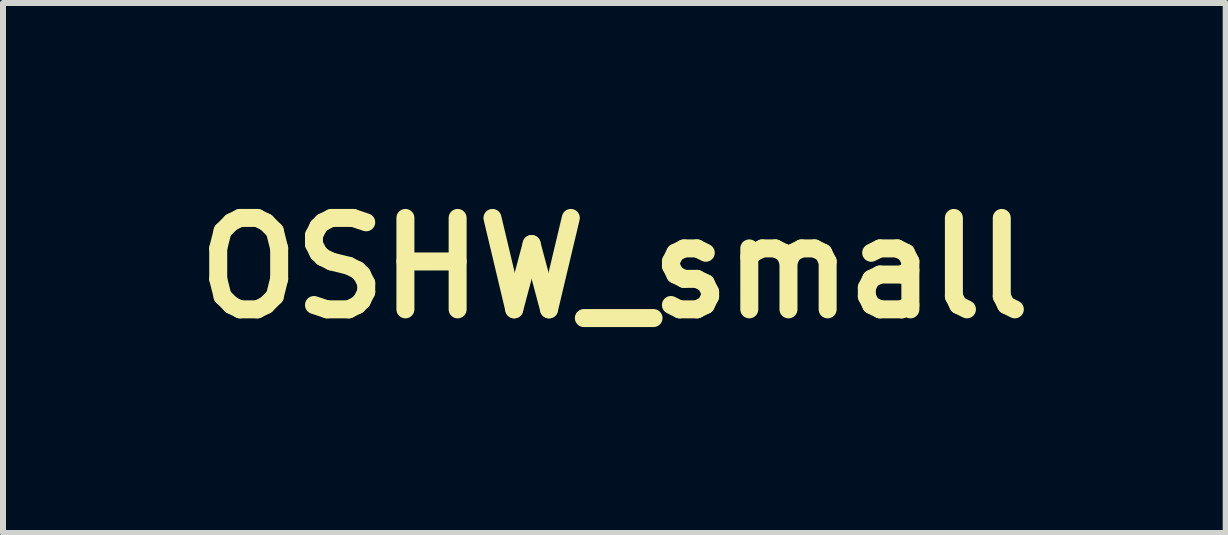
<source format=kicad_pcb>
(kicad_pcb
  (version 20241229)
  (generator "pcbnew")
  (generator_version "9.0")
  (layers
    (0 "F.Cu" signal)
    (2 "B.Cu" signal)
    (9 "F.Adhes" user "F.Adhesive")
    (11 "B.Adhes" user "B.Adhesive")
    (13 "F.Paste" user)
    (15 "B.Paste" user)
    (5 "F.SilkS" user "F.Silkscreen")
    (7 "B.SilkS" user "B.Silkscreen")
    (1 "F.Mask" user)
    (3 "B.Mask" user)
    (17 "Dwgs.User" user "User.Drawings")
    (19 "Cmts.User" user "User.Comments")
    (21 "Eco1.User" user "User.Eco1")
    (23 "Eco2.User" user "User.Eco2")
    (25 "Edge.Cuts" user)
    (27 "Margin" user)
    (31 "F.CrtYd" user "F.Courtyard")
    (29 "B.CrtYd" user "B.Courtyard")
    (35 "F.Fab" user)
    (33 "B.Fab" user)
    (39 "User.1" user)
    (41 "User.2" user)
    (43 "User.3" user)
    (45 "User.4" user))
  (footprint "OSHW_small"
    (layer "F.Cu")
    (at 7.192 1.418)
    (property "Reference" "OSHW_small" (at 0 0 0) (layer "F.SilkS") (effects (font (size 1.524 1.524) (thickness 0.3))))
    (attr through_hole)
    (fp_poly (pts (xy 1.181 1.054) (xy 0.908 1.054) (xy 0.908 1.046) (xy 0.906 1.04) (xy 0.899 1.031) (xy 0.887 1.017) (xy 0.87 0.999) (xy 0.847 0.976) (xy 0.846 0.975) (xy 0.783 0.912) (xy 0.846 0.85) (xy 0.865 0.83) (xy 0.881 0.813) (xy 0.894 0.799) (xy 0.903 0.788) (xy 0.908 0.781) (xy 0.908 0.78) (xy 0.906 0.775) (xy 0.9 0.765) (xy 0.891 0.75) (xy 0.878 0.731) (xy 0.864 0.708) (xy 0.847 0.683) (xy 0.829 0.657) (xy 0.811 0.631) (xy 0.794 0.606) (xy 0.779 0.584) (xy 0.767 0.565) (xy 0.757 0.551) (xy 0.75 0.541) (xy 0.748 0.537) (xy 0.749 0.532) (xy 0.752 0.521) (xy 0.758 0.505) (xy 0.765 0.486) (xy 0.774 0.463) (xy 0.784 0.438) (xy 0.794 0.413) (xy 0.804 0.388) (xy 0.814 0.365) (xy 0.823 0.343) (xy 0.831 0.326) (xy 0.837 0.312) (xy 0.841 0.304) (xy 0.842 0.303) (xy 0.847 0.301) (xy 0.86 0.298) (xy 0.878 0.294) (xy 0.902 0.288) (xy 0.931 0.283) (xy 0.964 0.276) (xy 0.987 0.272) (xy 1.018 0.266) (xy 1.048 0.26) (xy 1.074 0.255) (xy 1.096 0.251) (xy 1.114 0.247) (xy 1.125 0.244) (xy 1.13 0.242) (xy 1.131 0.24) (xy 1.132 0.235) (xy 1.133 0.227) (xy 1.134 0.216) (xy 1.135 0.2) (xy 1.135 0.178) (xy 1.135 0.151) (xy 1.135 0.118) (xy 1.135 0.087) (xy 1.135 0.054) (xy 1.135 0.023) (xy 1.135 -0.005) (xy 1.134 -0.029) (xy 1.134 -0.048) (xy 1.133 -0.061) (xy 1.132 -0.068) (xy 1.132 -0.068) (xy 1.127 -0.07) (xy 1.116 -0.074) (xy 1.098 -0.078) (xy 1.074 -0.083) (xy 1.045 -0.089) (xy 1.011 -0.095) (xy 0.986 -0.1) (xy 0.953 -0.106) (xy 0.923 -0.112) (xy 0.896 -0.117) (xy 0.873 -0.122) (xy 0.855 -0.126) (xy 0.842 -0.129) (xy 0.836 -0.13) (xy 0.836 -0.13) (xy 0.833 -0.135) (xy 0.827 -0.146) (xy 0.819 -0.162) (xy 0.809 -0.183) (xy 0.798 -0.208) (xy 0.786 -0.236) (xy 0.784 -0.241) (xy 0.77 -0.272) (xy 0.76 -0.297) (xy 0.752 -0.317) (xy 0.747 -0.332) (xy 0.743 -0.342) (xy 0.742 -0.35) (xy 0.742 -0.354) (xy 0.742 -0.356) (xy 0.745 -0.361) (xy 0.752 -0.371) (xy 0.762 -0.386) (xy 0.775 -0.406) (xy 0.79 -0.428) (xy 0.808 -0.454) (xy 0.826 -0.481) (xy 0.827 -0.482) (xy 0.845 -0.509) (xy 0.862 -0.534) (xy 0.877 -0.557) (xy 0.89 -0.576) (xy 0.9 -0.591) (xy 0.906 -0.602) (xy 0.908 -0.607) (xy 0.908 -0.607) (xy 0.906 -0.611) (xy 0.898 -0.62) (xy 0.886 -0.633) (xy 0.871 -0.649) (xy 0.854 -0.667) (xy 0.834 -0.688) (xy 0.813 -0.709) (xy 0.792 -0.73) (xy 0.771 -0.751) (xy 0.75 -0.771) (xy 0.732 -0.789) (xy 0.715 -0.804) (xy 0.702 -0.816) (xy 0.693 -0.824) (xy 0.688 -0.827) (xy 0.688 -0.827) (xy 0.683 -0.825) (xy 0.673 -0.819) (xy 0.658 -0.81) (xy 0.639 -0.797) (xy 0.616 -0.782) (xy 0.591 -0.765) (xy 0.564 -0.747) (xy 0.557 -0.742) (xy 0.53 -0.723) (xy 0.504 -0.706) (xy 0.481 -0.69) (xy 0.461 -0.677) (xy 0.446 -0.667) (xy 0.435 -0.659) (xy 0.43 -0.656) (xy 0.429 -0.656) (xy 0.425 -0.657) (xy 0.414 -0.66) (xy 0.399 -0.666) (xy 0.38 -0.673) (xy 0.358 -0.682) (xy 0.334 -0.691) (xy 0.31 -0.701) (xy 0.287 -0.711) (xy 0.265 -0.72) (xy 0.245 -0.728) (xy 0.23 -0.735) (xy 0.219 -0.74) (xy 0.214 -0.743) (xy 0.214 -0.743) (xy 0.213 -0.747) (xy 0.21 -0.758) (xy 0.206 -0.775) (xy 0.202 -0.798) (xy 0.196 -0.824) (xy 0.191 -0.854) (xy 0.184 -0.886) (xy 0.182 -0.897) (xy 0.175 -0.935) (xy 0.169 -0.969) (xy 0.163 -0.998) (xy 0.158 -1.021) (xy 0.154 -1.038) (xy 0.151 -1.048) (xy 0.149 -1.051) (xy 0.152 -1.052) (xy 0.163 -1.052) (xy 0.18 -1.052) (xy 0.204 -1.053) (xy 0.233 -1.053) (xy 0.268 -1.053) (xy 0.309 -1.054) (xy 0.353 -1.054) (xy 0.402 -1.054) (xy 0.455 -1.054) (xy 0.511 -1.054) (xy 0.57 -1.054) (xy 0.631 -1.054) (xy 0.663 -1.054) (xy 1.181 -1.054) (xy 1.181 1.054)) (stroke (width 0.01) (type solid)) (fill yes) (layer "F.Mask"))
    (fp_poly (pts (xy -0.595 -1.054) (xy -0.528 -1.054) (xy -0.468 -1.054) (xy -0.415 -1.054) (xy -0.368 -1.054) (xy -0.327 -1.054) (xy -0.292 -1.054) (xy -0.261 -1.054) (xy -0.236 -1.053) (xy -0.215 -1.053) (xy -0.198 -1.053) (xy -0.184 -1.052) (xy -0.174 -1.052) (xy -0.168 -1.051) (xy -0.163 -1.051) (xy -0.161 -1.05) (xy -0.161 -1.049) (xy -0.163 -1.044) (xy -0.166 -1.033) (xy -0.17 -1.015) (xy -0.174 -0.993) (xy -0.18 -0.966) (xy -0.186 -0.936) (xy -0.192 -0.904) (xy -0.192 -0.901) (xy -0.198 -0.868) (xy -0.204 -0.838) (xy -0.209 -0.811) (xy -0.214 -0.788) (xy -0.217 -0.769) (xy -0.22 -0.756) (xy -0.221 -0.75) (xy -0.221 -0.75) (xy -0.222 -0.747) (xy -0.224 -0.745) (xy -0.228 -0.742) (xy -0.233 -0.739) (xy -0.241 -0.734) (xy -0.254 -0.729) (xy -0.27 -0.722) (xy -0.292 -0.713) (xy -0.32 -0.702) (xy -0.34 -0.693) (xy -0.369 -0.681) (xy -0.392 -0.672) (xy -0.409 -0.666) (xy -0.422 -0.661) (xy -0.431 -0.659) (xy -0.438 -0.658) (xy -0.442 -0.658) (xy -0.444 -0.659) (xy -0.449 -0.662) (xy -0.459 -0.669) (xy -0.475 -0.679) (xy -0.494 -0.692) (xy -0.517 -0.708) (xy -0.542 -0.725) (xy -0.57 -0.744) (xy -0.572 -0.745) (xy -0.599 -0.764) (xy -0.625 -0.781) (xy -0.647 -0.796) (xy -0.667 -0.809) (xy -0.683 -0.818) (xy -0.694 -0.825) (xy -0.699 -0.827) (xy -0.699 -0.827) (xy -0.704 -0.825) (xy -0.713 -0.817) (xy -0.727 -0.804) (xy -0.745 -0.787) (xy -0.767 -0.766) (xy -0.792 -0.742) (xy -0.814 -0.72) (xy -0.842 -0.692) (xy -0.865 -0.668) (xy -0.883 -0.649) (xy -0.897 -0.634) (xy -0.908 -0.623) (xy -0.914 -0.614) (xy -0.918 -0.609) (xy -0.919 -0.605) (xy -0.919 -0.605) (xy -0.916 -0.6) (xy -0.91 -0.59) (xy -0.9 -0.574) (xy -0.887 -0.555) (xy -0.872 -0.532) (xy -0.855 -0.507) (xy -0.836 -0.48) (xy -0.834 -0.476) (xy -0.815 -0.449) (xy -0.798 -0.423) (xy -0.783 -0.401) (xy -0.77 -0.381) (xy -0.76 -0.365) (xy -0.753 -0.355) (xy -0.751 -0.349) (xy -0.75 -0.349) (xy -0.752 -0.344) (xy -0.756 -0.333) (xy -0.763 -0.317) (xy -0.771 -0.297) (xy -0.78 -0.275) (xy -0.79 -0.251) (xy -0.801 -0.226) (xy -0.811 -0.203) (xy -0.821 -0.181) (xy -0.829 -0.162) (xy -0.836 -0.146) (xy -0.841 -0.136) (xy -0.844 -0.132) (xy -0.849 -0.13) (xy -0.86 -0.128) (xy -0.877 -0.124) (xy -0.9 -0.119) (xy -0.926 -0.114) (xy -0.956 -0.108) (xy -0.988 -0.102) (xy -0.989 -0.102) (xy -1.021 -0.096) (xy -1.051 -0.09) (xy -1.078 -0.084) (xy -1.102 -0.08) (xy -1.12 -0.076) (xy -1.132 -0.073) (xy -1.138 -0.071) (xy -1.138 -0.071) (xy -1.147 -0.065) (xy -1.147 0.086) (xy -1.147 0.126) (xy -1.147 0.158) (xy -1.146 0.184) (xy -1.146 0.204) (xy -1.145 0.219) (xy -1.145 0.23) (xy -1.144 0.237) (xy -1.142 0.241) (xy -1.142 0.242) (xy -1.137 0.244) (xy -1.125 0.247) (xy -1.108 0.25) (xy -1.086 0.255) (xy -1.059 0.26) (xy -1.03 0.266) (xy -1 0.271) (xy -0.968 0.277) (xy -0.939 0.283) (xy -0.913 0.288) (xy -0.89 0.293) (xy -0.872 0.296) (xy -0.861 0.299) (xy -0.856 0.3) (xy -0.853 0.303) (xy -0.849 0.309) (xy -0.843 0.32) (xy -0.836 0.335) (xy -0.827 0.356) (xy -0.816 0.383) (xy -0.803 0.415) (xy -0.792 0.443) (xy -0.782 0.469) (xy -0.773 0.491) (xy -0.766 0.51) (xy -0.761 0.524) (xy -0.758 0.531) (xy -0.758 0.533) (xy -0.76 0.537) (xy -0.766 0.547) (xy -0.775 0.562) (xy -0.787 0.58) (xy -0.802 0.602) (xy -0.817 0.625) (xy -0.821 0.63) (xy -0.844 0.664) (xy -0.864 0.692) (xy -0.879 0.715) (xy -0.892 0.733) (xy -0.901 0.748) (xy -0.908 0.758) (xy -0.913 0.766) (xy -0.917 0.772) (xy -0.919 0.775) (xy -0.92 0.778) (xy -0.92 0.78) (xy -0.92 0.78) (xy -0.917 0.785) (xy -0.91 0.794) (xy -0.899 0.806) (xy -0.884 0.822) (xy -0.867 0.839) (xy -0.857 0.849) (xy -0.795 0.912) (xy -0.858 0.975) (xy -0.879 0.997) (xy -0.895 1.013) (xy -0.906 1.026) (xy -0.914 1.035) (xy -0.918 1.041) (xy -0.919 1.046) (xy -0.919 1.047) (xy -0.918 1.049) (xy -0.919 1.05) (xy -0.921 1.052) (xy -0.926 1.053) (xy -0.933 1.053) (xy -0.945 1.054) (xy -0.961 1.054) (xy -0.983 1.054) (xy -1.011 1.054) (xy -1.045 1.054) (xy -1.181 1.054) (xy -1.181 -1.054) (xy -0.669 -1.054) (xy -0.595 -1.054)) (stroke (width 0.01) (type solid)) (fill yes) (layer "F.Mask"))
    (fp_poly (pts (xy 0.018 -0.225) (xy 0.036 -0.224) (xy 0.051 -0.223) (xy 0.063 -0.221) (xy 0.075 -0.218) (xy 0.081 -0.216) (xy 0.128 -0.198) (xy 0.17 -0.173) (xy 0.208 -0.143) (xy 0.224 -0.128) (xy 0.254 -0.09) (xy 0.279 -0.049) (xy 0.296 -0.005) (xy 0.307 0.04) (xy 0.31 0.086) (xy 0.307 0.132) (xy 0.297 0.178) (xy 0.279 0.223) (xy 0.278 0.226) (xy 0.262 0.255) (xy 0.245 0.28) (xy 0.225 0.303) (xy 0.201 0.325) (xy 0.172 0.348) (xy 0.155 0.36) (xy 0.141 0.371) (xy 0.129 0.38) (xy 0.121 0.387) (xy 0.118 0.391) (xy 0.119 0.395) (xy 0.123 0.406) (xy 0.129 0.423) (xy 0.138 0.445) (xy 0.148 0.472) (xy 0.161 0.503) (xy 0.175 0.538) (xy 0.19 0.576) (xy 0.207 0.616) (xy 0.219 0.646) (xy 0.239 0.695) (xy 0.257 0.737) (xy 0.272 0.773) (xy 0.284 0.803) (xy 0.295 0.828) (xy 0.304 0.849) (xy 0.311 0.865) (xy 0.317 0.877) (xy 0.322 0.885) (xy 0.325 0.891) (xy 0.328 0.895) (xy 0.33 0.896) (xy 0.33 0.896) (xy 0.336 0.895) (xy 0.348 0.89) (xy 0.364 0.883) (xy 0.383 0.873) (xy 0.389 0.87) (xy 0.407 0.86) (xy 0.423 0.852) (xy 0.436 0.846) (xy 0.444 0.843) (xy 0.446 0.843) (xy 0.451 0.845) (xy 0.461 0.85) (xy 0.474 0.859) (xy 0.489 0.868) (xy 0.505 0.879) (xy 0.521 0.889) (xy 0.534 0.899) (xy 0.544 0.906) (xy 0.549 0.911) (xy 0.549 0.911) (xy 0.546 0.914) (xy 0.539 0.92) (xy 0.527 0.929) (xy 0.512 0.94) (xy 0.495 0.951) (xy 0.479 0.963) (xy 0.463 0.974) (xy 0.449 0.983) (xy 0.438 0.99) (xy 0.432 0.994) (xy 0.426 0.994) (xy 0.414 0.99) (xy 0.396 0.984) (xy 0.371 0.974) (xy 0.339 0.962) (xy 0.321 0.955) (xy 0.295 0.944) (xy 0.271 0.933) (xy 0.249 0.924) (xy 0.232 0.917) (xy 0.221 0.912) (xy 0.215 0.909) (xy 0.214 0.908) (xy 0.213 0.904) (xy 0.21 0.893) (xy 0.206 0.876) (xy 0.202 0.853) (xy 0.196 0.827) (xy 0.191 0.797) (xy 0.184 0.765) (xy 0.182 0.754) (xy 0.175 0.716) (xy 0.169 0.682) (xy 0.163 0.653) (xy 0.158 0.63) (xy 0.154 0.613) (xy 0.151 0.603) (xy 0.149 0.6) (xy 0.144 0.599) (xy 0.133 0.598) (xy 0.115 0.598) (xy 0.092 0.597) (xy 0.065 0.597) (xy 0.035 0.597) (xy 0.002 0.597) (xy -0.006 0.597) (xy -0.045 0.597) (xy -0.077 0.597) (xy -0.103 0.597) (xy -0.123 0.597) (xy -0.138 0.598) (xy -0.149 0.599) (xy -0.156 0.6) (xy -0.16 0.601) (xy -0.161 0.602) (xy -0.163 0.607) (xy -0.166 0.618) (xy -0.17 0.636) (xy -0.174 0.658) (xy -0.18 0.685) (xy -0.186 0.715) (xy -0.192 0.747) (xy -0.192 0.75) (xy -0.198 0.783) (xy -0.204 0.813) (xy -0.209 0.84) (xy -0.214 0.863) (xy -0.217 0.882) (xy -0.22 0.895) (xy -0.221 0.901) (xy -0.221 0.901) (xy -0.226 0.908) (xy -0.234 0.914) (xy -0.24 0.916) (xy -0.251 0.921) (xy -0.268 0.928) (xy -0.287 0.936) (xy -0.309 0.945) (xy -0.332 0.955) (xy -0.356 0.964) (xy -0.378 0.973) (xy -0.398 0.982) (xy -0.415 0.988) (xy -0.428 0.993) (xy -0.436 0.996) (xy -0.437 0.997) (xy -0.441 0.995) (xy -0.449 0.989) (xy -0.463 0.98) (xy -0.479 0.97) (xy -0.494 0.96) (xy -0.512 0.947) (xy -0.529 0.936) (xy -0.542 0.926) (xy -0.552 0.919) (xy -0.555 0.916) (xy -0.557 0.914) (xy -0.557 0.911) (xy -0.554 0.907) (xy -0.547 0.901) (xy -0.536 0.893) (xy -0.519 0.881) (xy -0.514 0.877) (xy -0.496 0.866) (xy -0.481 0.856) (xy -0.468 0.848) (xy -0.46 0.844) (xy -0.458 0.844) (xy -0.452 0.845) (xy -0.441 0.849) (xy -0.426 0.856) (xy -0.408 0.865) (xy -0.4 0.87) (xy -0.382 0.879) (xy -0.365 0.887) (xy -0.352 0.893) (xy -0.344 0.896) (xy -0.342 0.897) (xy -0.335 0.894) (xy -0.331 0.889) (xy -0.329 0.884) (xy -0.324 0.873) (xy -0.317 0.856) (xy -0.307 0.833) (xy -0.296 0.806) (xy -0.283 0.775) (xy -0.268 0.74) (xy -0.253 0.702) (xy -0.236 0.662) (xy -0.227 0.64) (xy -0.207 0.592) (xy -0.19 0.549) (xy -0.174 0.51) (xy -0.16 0.476) (xy -0.149 0.447) (xy -0.14 0.423) (xy -0.133 0.406) (xy -0.13 0.395) (xy -0.129 0.391) (xy -0.133 0.384) (xy -0.142 0.377) (xy -0.143 0.376) (xy -0.159 0.366) (xy -0.178 0.352) (xy -0.197 0.337) (xy -0.216 0.322) (xy -0.23 0.308) (xy -0.232 0.307) (xy -0.263 0.269) (xy -0.288 0.228) (xy -0.306 0.184) (xy -0.316 0.137) (xy -0.32 0.089) (xy -0.318 0.05) (xy -0.312 0.016) (xy -0.302 -0.018) (xy -0.287 -0.052) (xy -0.262 -0.094) (xy -0.231 -0.132) (xy -0.195 -0.164) (xy -0.154 -0.19) (xy -0.108 -0.211) (xy -0.092 -0.216) (xy -0.08 -0.22) (xy -0.068 -0.222) (xy -0.054 -0.224) (xy -0.038 -0.225) (xy -0.017 -0.225) (xy -0.006 -0.225) (xy 0.018 -0.225)) (stroke (width 0.01) (type solid)) (fill yes) (layer "F.Mask")))
  (gr_rect
    (start -3 -3)
    (end 17.384 5.836)
    (stroke (width 0.1) (type default))
    (fill no)
    (layer "Edge.Cuts")))
</source>
